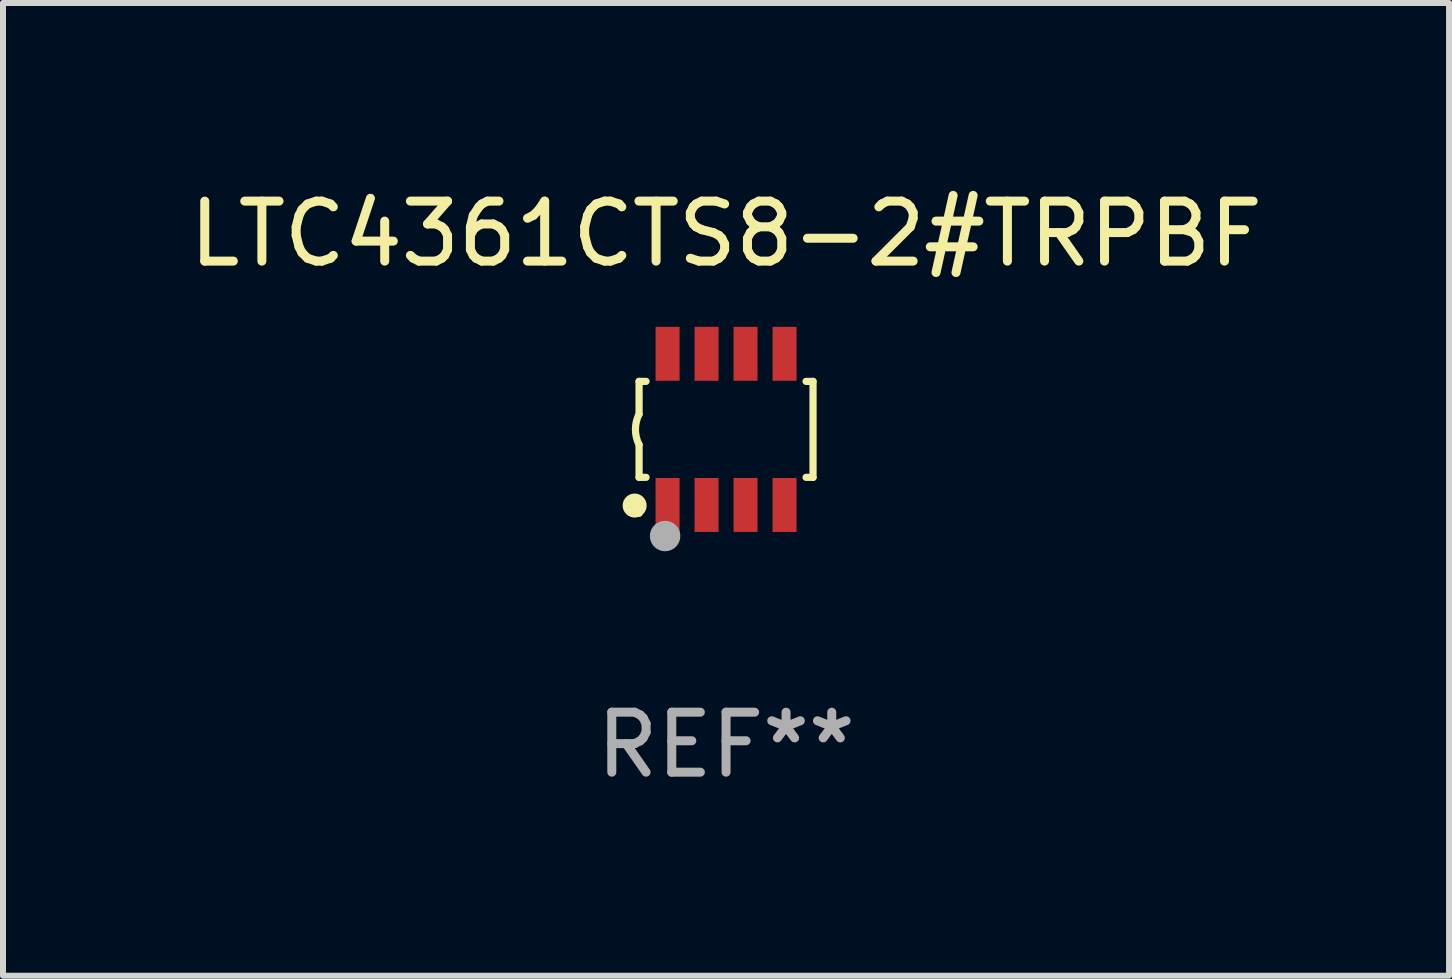
<source format=kicad_pcb>
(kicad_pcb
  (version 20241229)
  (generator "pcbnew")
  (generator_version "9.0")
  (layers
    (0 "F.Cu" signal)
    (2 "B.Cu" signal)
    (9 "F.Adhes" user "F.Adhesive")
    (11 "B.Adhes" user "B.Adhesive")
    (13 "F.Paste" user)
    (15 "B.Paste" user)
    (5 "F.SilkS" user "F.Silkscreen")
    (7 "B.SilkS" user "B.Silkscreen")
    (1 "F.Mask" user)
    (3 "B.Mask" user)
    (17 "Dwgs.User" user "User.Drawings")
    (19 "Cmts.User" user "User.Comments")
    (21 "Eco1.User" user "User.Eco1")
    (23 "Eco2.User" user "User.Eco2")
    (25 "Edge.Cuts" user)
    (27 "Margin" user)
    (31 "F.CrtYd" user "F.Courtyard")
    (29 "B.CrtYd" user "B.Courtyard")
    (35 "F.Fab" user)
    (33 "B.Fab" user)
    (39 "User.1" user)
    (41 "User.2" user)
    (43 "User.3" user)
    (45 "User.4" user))
  (footprint "LTC4361CTS8-2#TRPBF"
    (layer "F.Cu")
    (at 9.054 4.108)
    (property "Reference" "LTC4361CTS8-2#TRPBF" (at 0 -3.26 0) (layer "F.SilkS") (effects (font (size 1 1) (thickness 0.15))))
    (attr through_hole)
    (fp_line (start -1.45 -0.8) (end -1.45 -0.254) (stroke (width 0.12) (type solid)) (layer "F.SilkS"))
    (fp_line (start -1.45 -0.8) (end -1.334 -0.8) (stroke (width 0.12) (type solid)) (layer "F.SilkS"))
    (fp_line (start -1.45 0.8) (end -1.45 0.254) (stroke (width 0.12) (type solid)) (layer "F.SilkS"))
    (fp_line (start -1.45 0.8) (end -1.334 0.8) (stroke (width 0.12) (type solid)) (layer "F.SilkS"))
    (fp_line (start 1.334 -0.8) (end 1.45 -0.8) (stroke (width 0.12) (type solid)) (layer "F.SilkS"))
    (fp_line (start 1.334 0.8) (end 1.45 0.8) (stroke (width 0.12) (type solid)) (layer "F.SilkS"))
    (fp_line (start 1.45 0.8) (end 1.45 -0.8) (stroke (width 0.12) (type solid)) (layer "F.SilkS"))
    (fp_arc (start -1.45075 0.255144) (mid -1.510605 0.000434) (end -1.450013 -0.254102) (stroke (width 0.11999) (type solid)) (layer "F.SilkS"))
    (fp_circle (center -1.524 1.27) (end -1.424 1.27) (stroke (width 0.2) (type solid)) (fill no) (layer "F.SilkS"))
    (fp_circle (center -1.45 1.4) (end -1.42 1.4) (stroke (width 0.06) (type solid)) (fill no) (layer "F.SilkS"))
    (fp_circle (center -1.016 1.778) (end -0.889 1.778) (stroke (width 0.254) (type solid)) (fill no) (layer "F.Fab"))
    (fp_text user "REF**" (at 0 5.26 0) (layer "F.Fab") (effects (font (size 1 1) (thickness 0.15))))
    (pad "1" smd rect (at -0.975 1.26) (size 0.4 0.9) (layers "F.Cu" "F.Mask" "F.Paste"))
    (pad "2" smd rect (at -0.325 1.26) (size 0.4 0.9) (layers "F.Cu" "F.Mask" "F.Paste"))
    (pad "3" smd rect (at 0.325 1.26) (size 0.4 0.9) (layers "F.Cu" "F.Mask" "F.Paste"))
    (pad "4" smd rect (at 0.975 1.26) (size 0.4 0.9) (layers "F.Cu" "F.Mask" "F.Paste"))
    (pad "5" smd rect (at 0.975 -1.26) (size 0.4 0.9) (layers "F.Cu" "F.Mask" "F.Paste"))
    (pad "6" smd rect (at 0.325 -1.26) (size 0.4 0.9) (layers "F.Cu" "F.Mask" "F.Paste"))
    (pad "7" smd rect (at -0.325 -1.26) (size 0.4 0.9) (layers "F.Cu" "F.Mask" "F.Paste"))
    (pad "8" smd rect (at -0.975 -1.26) (size 0.4 0.9) (layers "F.Cu" "F.Mask" "F.Paste")))
  (gr_rect
    (start -3 -3)
    (end 21.107 13.216)
    (stroke (width 0.1) (type default))
    (fill no)
    (layer "Edge.Cuts")))
</source>
